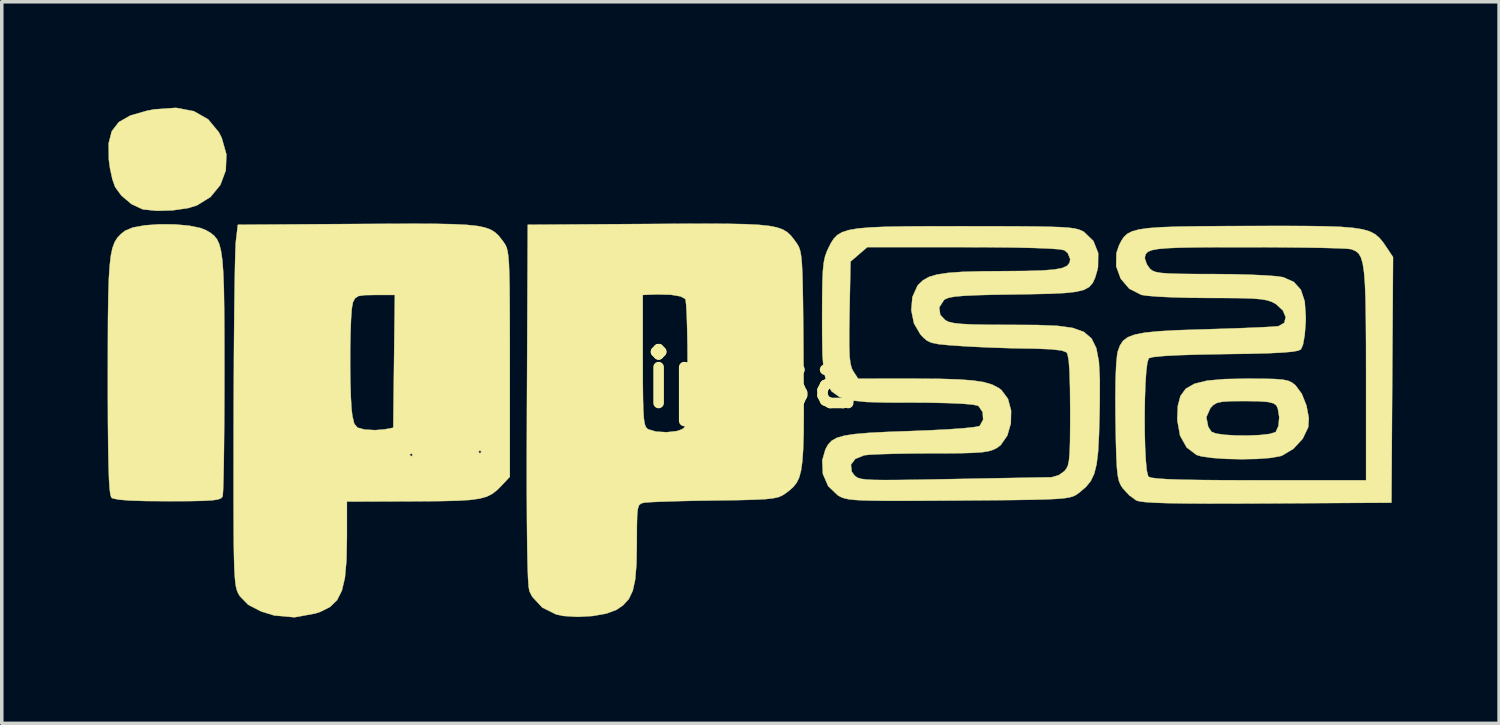
<source format=kicad_pcb>
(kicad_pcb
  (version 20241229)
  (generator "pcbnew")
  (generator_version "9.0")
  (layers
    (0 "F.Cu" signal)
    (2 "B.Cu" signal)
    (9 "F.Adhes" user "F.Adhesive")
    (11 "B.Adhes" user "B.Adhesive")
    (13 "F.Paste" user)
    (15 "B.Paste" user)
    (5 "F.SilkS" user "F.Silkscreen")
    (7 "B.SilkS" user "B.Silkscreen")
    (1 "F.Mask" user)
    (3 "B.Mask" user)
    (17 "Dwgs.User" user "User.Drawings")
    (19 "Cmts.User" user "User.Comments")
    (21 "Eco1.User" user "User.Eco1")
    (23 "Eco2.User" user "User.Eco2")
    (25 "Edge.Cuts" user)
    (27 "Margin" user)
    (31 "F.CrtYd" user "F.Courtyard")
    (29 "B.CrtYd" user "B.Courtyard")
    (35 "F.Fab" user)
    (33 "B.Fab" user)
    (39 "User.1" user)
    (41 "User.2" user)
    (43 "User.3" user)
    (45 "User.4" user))
  (footprint "ippsa"
    (layer "F.Cu")
    (at 18.293 7.677)
    (property "Reference" "ippsa" (at 0 0 0) (layer "F.SilkS") (effects (font (size 1.524 1.524) (thickness 0.3))))
    (attr through_hole)
    (fp_poly (pts (xy -15.851 -7.577) (xy -15.446 -7.346) (xy -15.143 -6.979) (xy -15.062 -6.822) (xy -14.929 -6.353) (xy -14.947 -5.898) (xy -15.101 -5.487) (xy -15.379 -5.147) (xy -15.765 -4.908) (xy -16.018 -4.831) (xy -16.453 -4.768) (xy -16.897 -4.755) (xy -17.27 -4.793) (xy -17.314 -4.803) (xy -17.618 -4.945) (xy -17.904 -5.186) (xy -18.081 -5.428) (xy -18.159 -5.649) (xy -18.227 -5.961) (xy -18.26 -6.209) (xy -18.266 -6.663) (xy -18.177 -7.01) (xy -17.976 -7.269) (xy -17.647 -7.456) (xy -17.174 -7.591) (xy -16.96 -7.631) (xy -16.356 -7.672) (xy -15.851 -7.577)) (stroke (width 0.01) (type solid)) (fill yes) (layer "F.SilkS"))
    (fp_poly (pts (xy -16.395 -4.37) (xy -15.989 -4.334) (xy -15.657 -4.266) (xy -15.508 -4.206) (xy -15.384 -4.134) (xy -15.282 -4.055) (xy -15.198 -3.954) (xy -15.132 -3.814) (xy -15.082 -3.62) (xy -15.044 -3.356) (xy -15.018 -3.006) (xy -15.001 -2.556) (xy -14.992 -1.988) (xy -14.987 -1.287) (xy -14.986 -0.437) (xy -14.986 -0.137) (xy -14.987 0.603) (xy -14.991 1.293) (xy -14.997 1.913) (xy -15.004 2.446) (xy -15.013 2.871) (xy -15.023 3.17) (xy -15.034 3.323) (xy -15.037 3.337) (xy -15.076 3.386) (xy -15.166 3.422) (xy -15.329 3.446) (xy -15.588 3.461) (xy -15.967 3.469) (xy -16.489 3.471) (xy -16.587 3.471) (xy -17.202 3.467) (xy -17.66 3.453) (xy -17.97 3.428) (xy -18.145 3.393) (xy -18.186 3.37) (xy -18.214 3.295) (xy -18.237 3.124) (xy -18.255 2.846) (xy -18.268 2.449) (xy -18.278 1.922) (xy -18.285 1.253) (xy -18.288 0.433) (xy -18.288 -0.058) (xy -18.287 -0.957) (xy -18.284 -1.703) (xy -18.275 -2.312) (xy -18.261 -2.8) (xy -18.237 -3.183) (xy -18.204 -3.477) (xy -18.158 -3.699) (xy -18.097 -3.864) (xy -18.021 -3.988) (xy -17.926 -4.089) (xy -17.812 -4.181) (xy -17.798 -4.191) (xy -17.577 -4.283) (xy -17.237 -4.344) (xy -16.827 -4.373) (xy -16.395 -4.37)) (stroke (width 0.01) (type solid)) (fill yes) (layer "F.SilkS"))
    (fp_poly (pts (xy 14.432 0.002) (xy 14.769 0.01) (xy 14.999 0.028) (xy 15.153 0.061) (xy 15.262 0.113) (xy 15.358 0.189) (xy 15.36 0.191) (xy 15.537 0.431) (xy 15.669 0.764) (xy 15.735 1.114) (xy 15.719 1.374) (xy 15.564 1.699) (xy 15.299 1.987) (xy 14.982 2.177) (xy 14.917 2.198) (xy 14.642 2.246) (xy 14.265 2.274) (xy 13.833 2.282) (xy 13.395 2.273) (xy 12.998 2.245) (xy 12.69 2.201) (xy 12.557 2.162) (xy 12.275 1.95) (xy 12.088 1.615) (xy 12.01 1.181) (xy 12.009 1.142) (xy 12.011 1.092) (xy 12.832 1.092) (xy 12.885 1.364) (xy 12.975 1.503) (xy 13.099 1.554) (xy 13.345 1.59) (xy 13.667 1.609) (xy 14.019 1.611) (xy 14.353 1.597) (xy 14.624 1.566) (xy 14.785 1.518) (xy 14.8 1.507) (xy 14.876 1.337) (xy 14.897 1.09) (xy 14.858 0.85) (xy 14.818 0.762) (xy 14.739 0.7) (xy 14.576 0.66) (xy 14.3 0.64) (xy 13.923 0.635) (xy 13.541 0.638) (xy 13.29 0.653) (xy 13.132 0.687) (xy 13.027 0.748) (xy 12.945 0.837) (xy 12.832 1.092) (xy 12.011 1.092) (xy 12.024 0.774) (xy 12.098 0.492) (xy 12.249 0.285) (xy 12.496 0.144) (xy 12.857 0.056) (xy 13.349 0.012) (xy 13.957 0) (xy 14.432 0.002)) (stroke (width 0.01) (type solid)) (fill yes) (layer "F.SilkS"))
    (fp_poly (pts (xy -8.98 -4.386) (xy -8.496 -4.376) (xy -8.117 -4.357) (xy -7.826 -4.326) (xy -7.607 -4.282) (xy -7.444 -4.223) (xy -7.32 -4.146) (xy -7.218 -4.05) (xy -7.124 -3.933) (xy -7.076 -3.867) (xy -7.031 -3.801) (xy -6.994 -3.724) (xy -6.965 -3.62) (xy -6.943 -3.473) (xy -6.926 -3.264) (xy -6.915 -2.977) (xy -6.907 -2.594) (xy -6.903 -2.098) (xy -6.901 -1.473) (xy -6.9 -0.701) (xy -6.9 -0.424) (xy -6.9 2.78) (xy -7.112 3.007) (xy -7.253 3.15) (xy -7.391 3.259) (xy -7.55 3.341) (xy -7.755 3.398) (xy -8.028 3.436) (xy -8.394 3.458) (xy -8.877 3.469) (xy -9.501 3.474) (xy -9.644 3.475) (xy -11.515 3.482) (xy -11.515 4.514) (xy -11.528 5.149) (xy -11.572 5.639) (xy -11.658 6.006) (xy -11.794 6.274) (xy -11.989 6.464) (xy -12.255 6.6) (xy -12.412 6.653) (xy -13.003 6.76) (xy -13.574 6.709) (xy -13.945 6.595) (xy -14.31 6.407) (xy -14.545 6.166) (xy -14.558 6.145) (xy -14.596 6.08) (xy -14.628 6.008) (xy -14.654 5.913) (xy -14.675 5.783) (xy -14.692 5.604) (xy -14.705 5.36) (xy -14.714 5.039) (xy -14.721 4.626) (xy -14.724 4.108) (xy -14.726 3.469) (xy -14.726 2.697) (xy -14.725 2.159) (xy -9.737 2.159) (xy -9.694 2.201) (xy -9.652 2.159) (xy -9.694 2.117) (xy -9.737 2.159) (xy -14.725 2.159) (xy -14.725 2.074) (xy -7.789 2.074) (xy -7.747 2.117) (xy -7.705 2.074) (xy -7.747 2.032) (xy -7.789 2.074) (xy -14.725 2.074) (xy -14.725 1.777) (xy -14.724 1.218) (xy -14.721 0.33) (xy -14.717 -0.369) (xy -11.423 -0.369) (xy -11.417 0.1) (xy -11.404 0.523) (xy -11.384 0.863) (xy -11.36 1.058) (xy -11.306 1.28) (xy -11.213 1.388) (xy -11.03 1.438) (xy -11.005 1.442) (xy -10.719 1.459) (xy -10.456 1.438) (xy -10.202 1.39) (xy -10.18 -0.49) (xy -10.157 -2.371) (xy -10.711 -2.371) (xy -11.012 -2.366) (xy -11.188 -2.34) (xy -11.283 -2.279) (xy -11.342 -2.168) (xy -11.347 -2.153) (xy -11.376 -1.991) (xy -11.398 -1.695) (xy -11.413 -1.302) (xy -11.422 -0.848) (xy -11.423 -0.369) (xy -14.717 -0.369) (xy -14.717 -0.518) (xy -14.711 -1.311) (xy -14.704 -2.031) (xy -14.695 -2.659) (xy -14.686 -3.18) (xy -14.676 -3.575) (xy -14.666 -3.827) (xy -14.66 -3.895) (xy -14.605 -4.36) (xy -11.218 -4.382) (xy -10.324 -4.387) (xy -9.584 -4.389) (xy -8.98 -4.386)) (stroke (width 0.01) (type solid)) (fill yes) (layer "F.SilkS"))
    (fp_poly (pts (xy -0.72 -4.387) (xy -0.231 -4.377) (xy 0.153 -4.358) (xy 0.448 -4.327) (xy 0.671 -4.283) (xy 0.837 -4.224) (xy 0.962 -4.148) (xy 1.063 -4.053) (xy 1.155 -3.936) (xy 1.208 -3.863) (xy 1.258 -3.79) (xy 1.298 -3.71) (xy 1.33 -3.607) (xy 1.355 -3.463) (xy 1.374 -3.26) (xy 1.388 -2.98) (xy 1.398 -2.605) (xy 1.406 -2.119) (xy 1.413 -1.502) (xy 1.419 -0.737) (xy 1.42 -0.55) (xy 1.426 0.299) (xy 1.428 0.996) (xy 1.424 1.558) (xy 1.41 2.003) (xy 1.386 2.347) (xy 1.349 2.608) (xy 1.296 2.803) (xy 1.225 2.95) (xy 1.133 3.066) (xy 1.019 3.167) (xy 0.904 3.254) (xy 0.814 3.312) (xy 0.707 3.357) (xy 0.559 3.389) (xy 0.347 3.413) (xy 0.046 3.428) (xy -0.368 3.44) (xy -0.919 3.448) (xy -1.128 3.451) (xy -1.673 3.459) (xy -2.17 3.471) (xy -2.59 3.484) (xy -2.906 3.498) (xy -3.088 3.512) (xy -3.111 3.516) (xy -3.189 3.54) (xy -3.242 3.59) (xy -3.275 3.694) (xy -3.293 3.879) (xy -3.3 4.174) (xy -3.302 4.607) (xy -3.302 4.679) (xy -3.312 5.255) (xy -3.348 5.689) (xy -3.418 6.01) (xy -3.531 6.246) (xy -3.695 6.424) (xy -3.88 6.549) (xy -4.167 6.656) (xy -4.556 6.724) (xy -4.98 6.748) (xy -5.377 6.723) (xy -5.588 6.679) (xy -5.981 6.484) (xy -6.265 6.178) (xy -6.344 6.024) (xy -6.366 5.902) (xy -6.384 5.645) (xy -6.398 5.248) (xy -6.408 4.707) (xy -6.415 4.018) (xy -6.419 3.174) (xy -6.419 2.173) (xy -6.416 1.007) (xy -6.415 0.72) (xy -6.401 -2.371) (xy -3.133 -2.371) (xy -3.133 -0.512) (xy -3.132 0.1) (xy -3.127 0.564) (xy -3.118 0.901) (xy -3.102 1.135) (xy -3.078 1.285) (xy -3.045 1.374) (xy -2.999 1.423) (xy -2.985 1.433) (xy -2.759 1.5) (xy -2.459 1.518) (xy -2.17 1.486) (xy -2.026 1.436) (xy -1.971 1.398) (xy -1.93 1.333) (xy -1.901 1.22) (xy -1.882 1.037) (xy -1.871 0.76) (xy -1.865 0.368) (xy -1.864 -0.163) (xy -1.864 -0.405) (xy -1.867 -0.937) (xy -1.876 -1.413) (xy -1.888 -1.808) (xy -1.904 -2.093) (xy -1.923 -2.243) (xy -1.927 -2.256) (xy -2.063 -2.331) (xy -2.337 -2.377) (xy -2.719 -2.387) (xy -2.857 -2.383) (xy -3.133 -2.371) (xy -6.401 -2.371) (xy -6.392 -4.36) (xy -2.978 -4.382) (xy -2.078 -4.388) (xy -1.33 -4.39) (xy -0.72 -4.387)) (stroke (width 0.01) (type solid)) (fill yes) (layer "F.SilkS"))
    (fp_poly (pts (xy 15.611 -4.325) (xy 16.183 -4.317) (xy 16.637 -4.301) (xy 16.99 -4.272) (xy 17.259 -4.23) (xy 17.461 -4.171) (xy 17.613 -4.092) (xy 17.732 -3.992) (xy 17.836 -3.867) (xy 17.928 -3.733) (xy 18.121 -3.444) (xy 18.098 0.035) (xy 18.076 3.514) (xy 14.563 3.534) (xy 13.635 3.538) (xy 12.865 3.539) (xy 12.238 3.535) (xy 11.744 3.527) (xy 11.37 3.515) (xy 11.103 3.497) (xy 10.931 3.475) (xy 10.845 3.449) (xy 10.65 3.306) (xy 10.466 3.107) (xy 10.464 3.106) (xy 10.403 3.011) (xy 10.357 2.901) (xy 10.323 2.748) (xy 10.299 2.527) (xy 10.283 2.214) (xy 10.27 1.782) (xy 10.26 1.206) (xy 10.26 1.201) (xy 10.258 1.034) (xy 11.084 1.034) (xy 11.086 1.502) (xy 11.097 1.942) (xy 11.117 2.32) (xy 11.145 2.605) (xy 11.183 2.762) (xy 11.193 2.777) (xy 11.27 2.806) (xy 11.446 2.829) (xy 11.732 2.848) (xy 12.14 2.862) (xy 12.682 2.871) (xy 13.368 2.877) (xy 14.21 2.879) (xy 14.326 2.879) (xy 17.357 2.879) (xy 17.357 -0.131) (xy 17.356 -0.984) (xy 17.351 -1.683) (xy 17.342 -2.245) (xy 17.325 -2.684) (xy 17.299 -3.018) (xy 17.262 -3.263) (xy 17.212 -3.433) (xy 17.147 -3.545) (xy 17.064 -3.614) (xy 16.963 -3.657) (xy 16.916 -3.671) (xy 16.786 -3.684) (xy 16.508 -3.695) (xy 16.105 -3.706) (xy 15.599 -3.714) (xy 15.012 -3.72) (xy 14.364 -3.724) (xy 14.008 -3.724) (xy 13.228 -3.724) (xy 12.601 -3.72) (xy 12.11 -3.712) (xy 11.739 -3.697) (xy 11.47 -3.674) (xy 11.288 -3.64) (xy 11.176 -3.594) (xy 11.117 -3.534) (xy 11.094 -3.458) (xy 11.091 -3.398) (xy 11.145 -3.241) (xy 11.231 -3.118) (xy 11.294 -3.065) (xy 11.386 -3.025) (xy 11.532 -2.997) (xy 11.755 -2.979) (xy 12.079 -2.969) (xy 12.529 -2.964) (xy 13.031 -2.963) (xy 13.567 -2.958) (xy 14.065 -2.945) (xy 14.493 -2.926) (xy 14.819 -2.902) (xy 15.008 -2.874) (xy 15.012 -2.873) (xy 15.311 -2.739) (xy 15.51 -2.518) (xy 15.619 -2.189) (xy 15.65 -1.731) (xy 15.646 -1.591) (xy 15.618 -1.229) (xy 15.569 -0.961) (xy 15.511 -0.829) (xy 15.428 -0.792) (xy 15.252 -0.762) (xy 14.968 -0.738) (xy 14.56 -0.719) (xy 14.012 -0.705) (xy 13.357 -0.696) (xy 12.633 -0.683) (xy 12.048 -0.665) (xy 11.609 -0.641) (xy 11.324 -0.612) (xy 11.202 -0.579) (xy 11.162 -0.463) (xy 11.13 -0.211) (xy 11.106 0.145) (xy 11.091 0.571) (xy 11.084 1.034) (xy 10.258 1.034) (xy 10.255 0.556) (xy 10.261 0.013) (xy 10.279 -0.41) (xy 10.307 -0.693) (xy 10.324 -0.774) (xy 10.386 -0.941) (xy 10.473 -1.073) (xy 10.607 -1.174) (xy 10.807 -1.249) (xy 11.092 -1.304) (xy 11.482 -1.343) (xy 11.998 -1.372) (xy 12.659 -1.394) (xy 12.833 -1.399) (xy 13.388 -1.416) (xy 13.894 -1.434) (xy 14.324 -1.452) (xy 14.651 -1.469) (xy 14.846 -1.484) (xy 14.88 -1.489) (xy 15.041 -1.582) (xy 15.079 -1.745) (xy 14.999 -1.934) (xy 14.807 -2.111) (xy 14.796 -2.118) (xy 14.684 -2.177) (xy 14.556 -2.22) (xy 14.383 -2.25) (xy 14.14 -2.27) (xy 13.799 -2.281) (xy 13.334 -2.285) (xy 12.912 -2.286) (xy 12.384 -2.291) (xy 11.894 -2.304) (xy 11.475 -2.323) (xy 11.161 -2.348) (xy 10.989 -2.374) (xy 10.649 -2.548) (xy 10.406 -2.832) (xy 10.278 -3.182) (xy 10.285 -3.559) (xy 10.357 -3.773) (xy 10.425 -3.907) (xy 10.499 -4.017) (xy 10.595 -4.105) (xy 10.731 -4.174) (xy 10.923 -4.226) (xy 11.187 -4.264) (xy 11.539 -4.29) (xy 11.997 -4.307) (xy 12.578 -4.316) (xy 13.296 -4.322) (xy 14.043 -4.325) (xy 14.903 -4.327) (xy 15.611 -4.325)) (stroke (width 0.01) (type solid)) (fill yes) (layer "F.SilkS"))
    (fp_poly (pts (xy 5.993 -4.318) (xy 6.805 -4.317) (xy 7.464 -4.315) (xy 7.99 -4.311) (xy 8.399 -4.303) (xy 8.708 -4.292) (xy 8.936 -4.276) (xy 9.101 -4.254) (xy 9.218 -4.225) (xy 9.307 -4.189) (xy 9.368 -4.155) (xy 9.632 -3.901) (xy 9.768 -3.559) (xy 9.763 -3.161) (xy 9.742 -3.067) (xy 9.684 -2.868) (xy 9.615 -2.714) (xy 9.516 -2.599) (xy 9.365 -2.516) (xy 9.14 -2.461) (xy 8.822 -2.426) (xy 8.388 -2.405) (xy 7.818 -2.393) (xy 7.422 -2.387) (xy 6.794 -2.377) (xy 6.313 -2.364) (xy 5.959 -2.347) (xy 5.711 -2.325) (xy 5.545 -2.296) (xy 5.443 -2.257) (xy 5.399 -2.226) (xy 5.265 -2.018) (xy 5.294 -1.808) (xy 5.438 -1.656) (xy 5.531 -1.609) (xy 5.676 -1.575) (xy 5.894 -1.551) (xy 6.21 -1.535) (xy 6.645 -1.527) (xy 7.223 -1.524) (xy 7.321 -1.524) (xy 8.041 -1.52) (xy 8.609 -1.497) (xy 9.043 -1.438) (xy 9.361 -1.325) (xy 9.579 -1.14) (xy 9.715 -0.865) (xy 9.788 -0.484) (xy 9.814 0.022) (xy 9.812 0.669) (xy 9.807 0.965) (xy 9.791 1.586) (xy 9.766 2.063) (xy 9.723 2.423) (xy 9.656 2.693) (xy 9.559 2.898) (xy 9.423 3.065) (xy 9.243 3.22) (xy 9.201 3.251) (xy 9.134 3.297) (xy 9.057 3.334) (xy 8.952 3.364) (xy 8.803 3.388) (xy 8.592 3.406) (xy 8.301 3.42) (xy 7.915 3.43) (xy 7.414 3.438) (xy 6.782 3.444) (xy 6.002 3.45) (xy 5.815 3.452) (xy 5 3.457) (xy 4.337 3.46) (xy 3.809 3.46) (xy 3.397 3.456) (xy 3.085 3.448) (xy 2.854 3.434) (xy 2.688 3.414) (xy 2.569 3.387) (xy 2.479 3.353) (xy 2.401 3.31) (xy 2.39 3.303) (xy 2.119 3.045) (xy 1.969 2.7) (xy 1.951 2.314) (xy 2.039 2.008) (xy 2.115 1.869) (xy 2.216 1.76) (xy 2.362 1.677) (xy 2.574 1.615) (xy 2.874 1.569) (xy 3.282 1.534) (xy 3.819 1.507) (xy 4.445 1.485) (xy 5.022 1.462) (xy 5.529 1.435) (xy 5.943 1.406) (xy 6.24 1.375) (xy 6.398 1.345) (xy 6.413 1.337) (xy 6.509 1.163) (xy 6.496 0.951) (xy 6.385 0.784) (xy 6.356 0.765) (xy 6.214 0.735) (xy 5.925 0.71) (xy 5.51 0.692) (xy 4.989 0.68) (xy 4.49 0.677) (xy 3.768 0.676) (xy 3.198 0.661) (xy 2.761 0.614) (xy 2.439 0.52) (xy 2.216 0.36) (xy 2.073 0.119) (xy 1.993 -0.222) (xy 1.957 -0.678) (xy 1.948 -1.268) (xy 1.948 -1.319) (xy 2.715 -1.319) (xy 2.715 -0.914) (xy 2.726 -0.625) (xy 2.75 -0.427) (xy 2.787 -0.292) (xy 2.831 -0.208) (xy 2.967 0) (xy 4.595 0.000472) (xy 5.275 0.005) (xy 5.808 0.021) (xy 6.218 0.052) (xy 6.529 0.099) (xy 6.762 0.167) (xy 6.941 0.259) (xy 7.025 0.32) (xy 7.212 0.571) (xy 7.301 0.905) (xy 7.293 1.27) (xy 7.194 1.612) (xy 7.007 1.881) (xy 6.909 1.956) (xy 6.8 2.012) (xy 6.668 2.054) (xy 6.488 2.083) (xy 6.232 2.101) (xy 5.875 2.112) (xy 5.39 2.116) (xy 5.027 2.116) (xy 4.502 2.119) (xy 4.018 2.127) (xy 3.609 2.139) (xy 3.305 2.153) (xy 3.14 2.17) (xy 2.887 2.273) (xy 2.763 2.437) (xy 2.785 2.631) (xy 2.85 2.725) (xy 2.899 2.772) (xy 2.96 2.81) (xy 3.054 2.838) (xy 3.198 2.857) (xy 3.411 2.868) (xy 3.712 2.872) (xy 4.12 2.87) (xy 4.652 2.863) (xy 5.327 2.85) (xy 5.63 2.845) (xy 6.288 2.832) (xy 6.898 2.821) (xy 7.438 2.811) (xy 7.885 2.803) (xy 8.216 2.797) (xy 8.411 2.794) (xy 8.445 2.794) (xy 8.647 2.736) (xy 8.805 2.625) (xy 8.866 2.553) (xy 8.91 2.461) (xy 8.94 2.321) (xy 8.959 2.11) (xy 8.97 1.8) (xy 8.974 1.368) (xy 8.975 0.906) (xy 8.97 0.281) (xy 8.957 -0.186) (xy 8.934 -0.506) (xy 8.9 -0.692) (xy 8.873 -0.745) (xy 8.73 -0.798) (xy 8.427 -0.833) (xy 7.974 -0.851) (xy 7.836 -0.853) (xy 7.323 -0.862) (xy 6.737 -0.881) (xy 6.172 -0.907) (xy 5.936 -0.921) (xy 5.519 -0.95) (xy 5.234 -0.979) (xy 5.046 -1.018) (xy 4.917 -1.077) (xy 4.812 -1.167) (xy 4.73 -1.255) (xy 4.549 -1.567) (xy 4.473 -1.939) (xy 4.505 -2.313) (xy 4.647 -2.629) (xy 4.678 -2.667) (xy 4.807 -2.788) (xy 4.973 -2.881) (xy 5.199 -2.949) (xy 5.507 -2.996) (xy 5.918 -3.026) (xy 6.456 -3.041) (xy 7.096 -3.046) (xy 7.716 -3.051) (xy 8.186 -3.065) (xy 8.526 -3.092) (xy 8.755 -3.136) (xy 8.893 -3.201) (xy 8.96 -3.289) (xy 8.975 -3.387) (xy 8.907 -3.556) (xy 8.811 -3.638) (xy 8.675 -3.664) (xy 8.379 -3.686) (xy 7.934 -3.703) (xy 7.348 -3.716) (xy 6.631 -3.723) (xy 5.937 -3.725) (xy 3.227 -3.725) (xy 2.989 -3.521) (xy 2.752 -3.317) (xy 2.723 -1.866) (xy 2.715 -1.319) (xy 1.948 -1.319) (xy 1.947 -1.749) (xy 1.949 -2.318) (xy 1.956 -2.746) (xy 1.97 -3.061) (xy 1.994 -3.291) (xy 2.031 -3.465) (xy 2.083 -3.609) (xy 2.117 -3.683) (xy 2.195 -3.838) (xy 2.276 -3.965) (xy 2.376 -4.068) (xy 2.512 -4.148) (xy 2.701 -4.209) (xy 2.958 -4.254) (xy 3.299 -4.284) (xy 3.742 -4.303) (xy 4.302 -4.313) (xy 4.997 -4.317) (xy 5.842 -4.318) (xy 5.993 -4.318)) (stroke (width 0.01) (type solid)) (fill yes) (layer "F.SilkS")))
  (gr_rect
    (start -3 -3)
    (end 39.419 17.442)
    (stroke (width 0.1) (type default))
    (fill no)
    (layer "Edge.Cuts")))
</source>
